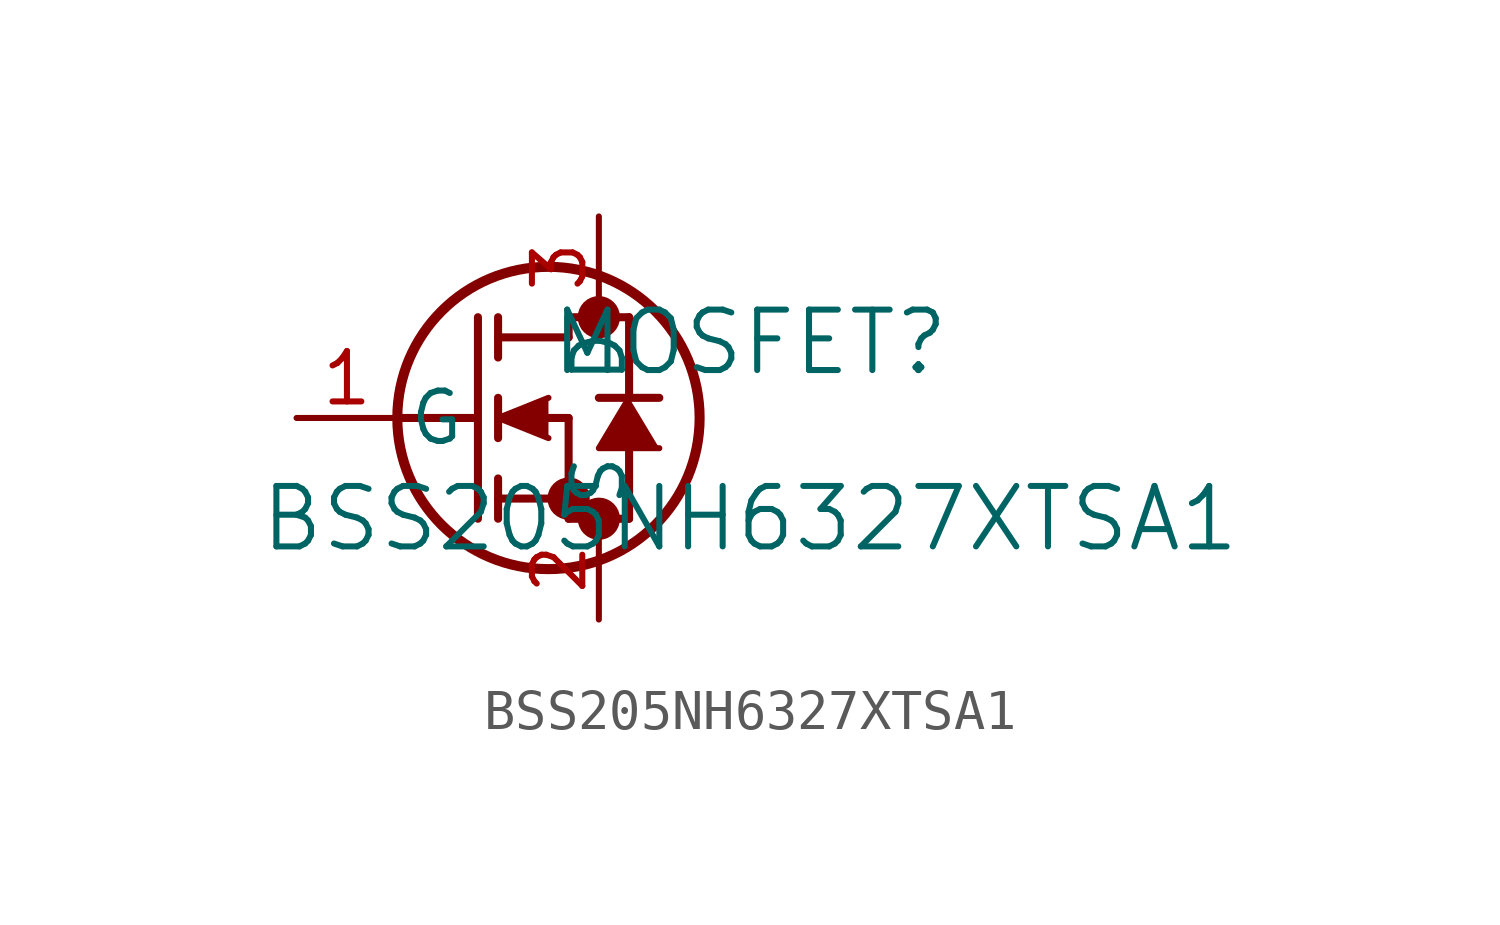
<source format=kicad_sym>
(kicad_symbol_lib
  (version 20211014)
  (generator kicad_symbol_editor)
  (symbol "BSS205NH6327XTSA1"
    (pin_names
      (offset 0.254))
    (property "Reference" "MOSFET"
      (at 11.43 1.905 0)
      (effects (font (size 1.524 1.524))))
    (property "Value" "BSS205NH6327XTSA1"
      (at 11.43 -2.54 0)
      (effects (font (size 1.524 1.524))))
    (symbol "BSS205NH6327XTSA1_0_1"
      (circle (center 7.62 2.54) (radius 0.025) (stroke (width 0.508) (type default) (color 0 0 0 0)) (fill (type none)))
      (circle (center 7.62 -2.54) (radius 0.025) (stroke (width 0.508) (type default) (color 0 0 0 0)) (fill (type none)))
      (circle (center 6.858 -2.032) (radius 0.025) (stroke (width 0.508) (type default) (color 0 0 0 0)) (fill (type none)))
      (circle (center 6.35 0) (radius 3.81) (stroke (width 0.254) (type default) (color 0 0 0 0)) (fill (type none)))
      (polyline (pts (xy 2.54 0) (xy 4.445 0)) (stroke (width 0.203) (type default) (color 0 0 0 0)) (fill (type none)))
      (polyline (pts (xy 4.572 -2.54) (xy 4.572 2.54)) (stroke (width 0.203) (type default) (color 0 0 0 0)) (fill (type none)))
      (polyline (pts (xy 5.08 -0.508) (xy 5.08 0.508)) (stroke (width 0.203) (type default) (color 0 0 0 0)) (fill (type none)))
      (polyline (pts (xy 5.08 -2.54) (xy 5.08 -1.524)) (stroke (width 0.203) (type default) (color 0 0 0 0)) (fill (type none)))
      (polyline (pts (xy 5.08 1.524) (xy 5.08 2.54)) (stroke (width 0.203) (type default) (color 0 0 0 0)) (fill (type none)))
      (polyline (pts (xy 6.35 0) (xy 6.858 0)) (stroke (width 0.203) (type default) (color 0 0 0 0)) (fill (type none)))
      (polyline (pts (xy 5.08 -2.032) (xy 6.858 -2.032)) (stroke (width 0.203) (type default) (color 0 0 0 0)) (fill (type none)))
      (polyline (pts (xy 6.858 -2.54) (xy 6.858 0)) (stroke (width 0.203) (type default) (color 0 0 0 0)) (fill (type none)))
      (polyline (pts (xy 6.858 -2.54) (xy 8.382 -2.54)) (stroke (width 0.203) (type default) (color 0 0 0 0)) (fill (type none)))
      (polyline (pts (xy 5.08 2.032) (xy 6.858 2.032)) (stroke (width 0.203) (type default) (color 0 0 0 0)) (fill (type none)))
      (polyline (pts (xy 8.382 0.508) (xy 8.382 2.54)) (stroke (width 0.203) (type default) (color 0 0 0 0)) (fill (type none)))
      (polyline (pts (xy 6.35 0.508) (xy 5.08 0) (xy 6.35 -0.508)) (stroke (width 0) (type default) (color 0 0 0 0)) (fill (type outline)))
      (polyline (pts (xy 9.144 -0.762) (xy 7.62 -0.762) (xy 8.382 0.508)) (stroke (width 0) (type default) (color 0 0 0 0)) (fill (type outline)))
      (polyline (pts (xy 8.382 -2.54) (xy 8.382 -0.762)) (stroke (width 0.203) (type default) (color 0 0 0 0)) (fill (type none)))
      (polyline (pts (xy 9.144 0.508) (xy 7.62 0.508)) (stroke (width 0.203) (type default) (color 0 0 0 0)) (fill (type none)))
      (polyline (pts (xy 6.858 2.54) (xy 8.382 2.54)) (stroke (width 0.203) (type default) (color 0 0 0 0)) (fill (type none)))
      (polyline (pts (xy 6.858 2.032) (xy 6.858 2.54)) (stroke (width 0.203) (type default) (color 0 0 0 0)) (fill (type none)))
      (pin unspecified line (at 0 0 0) (length 2.54) (name "G" (effects (font (size 1.27 1.27)))) (number "1" (effects (font (size 1.27 1.27)))))
      (pin unspecified line (at 7.62 -5.08 90) (length 2.54) (name "S" (effects (font (size 1.27 1.27)))) (number "2" (effects (font (size 1.27 1.27)))))
      (pin unspecified line (at 7.62 5.08 270) (length 2.54) (name "D" (effects (font (size 1.27 1.27)))) (number "3" (effects (font (size 1.27 1.27))))))))
</source>
